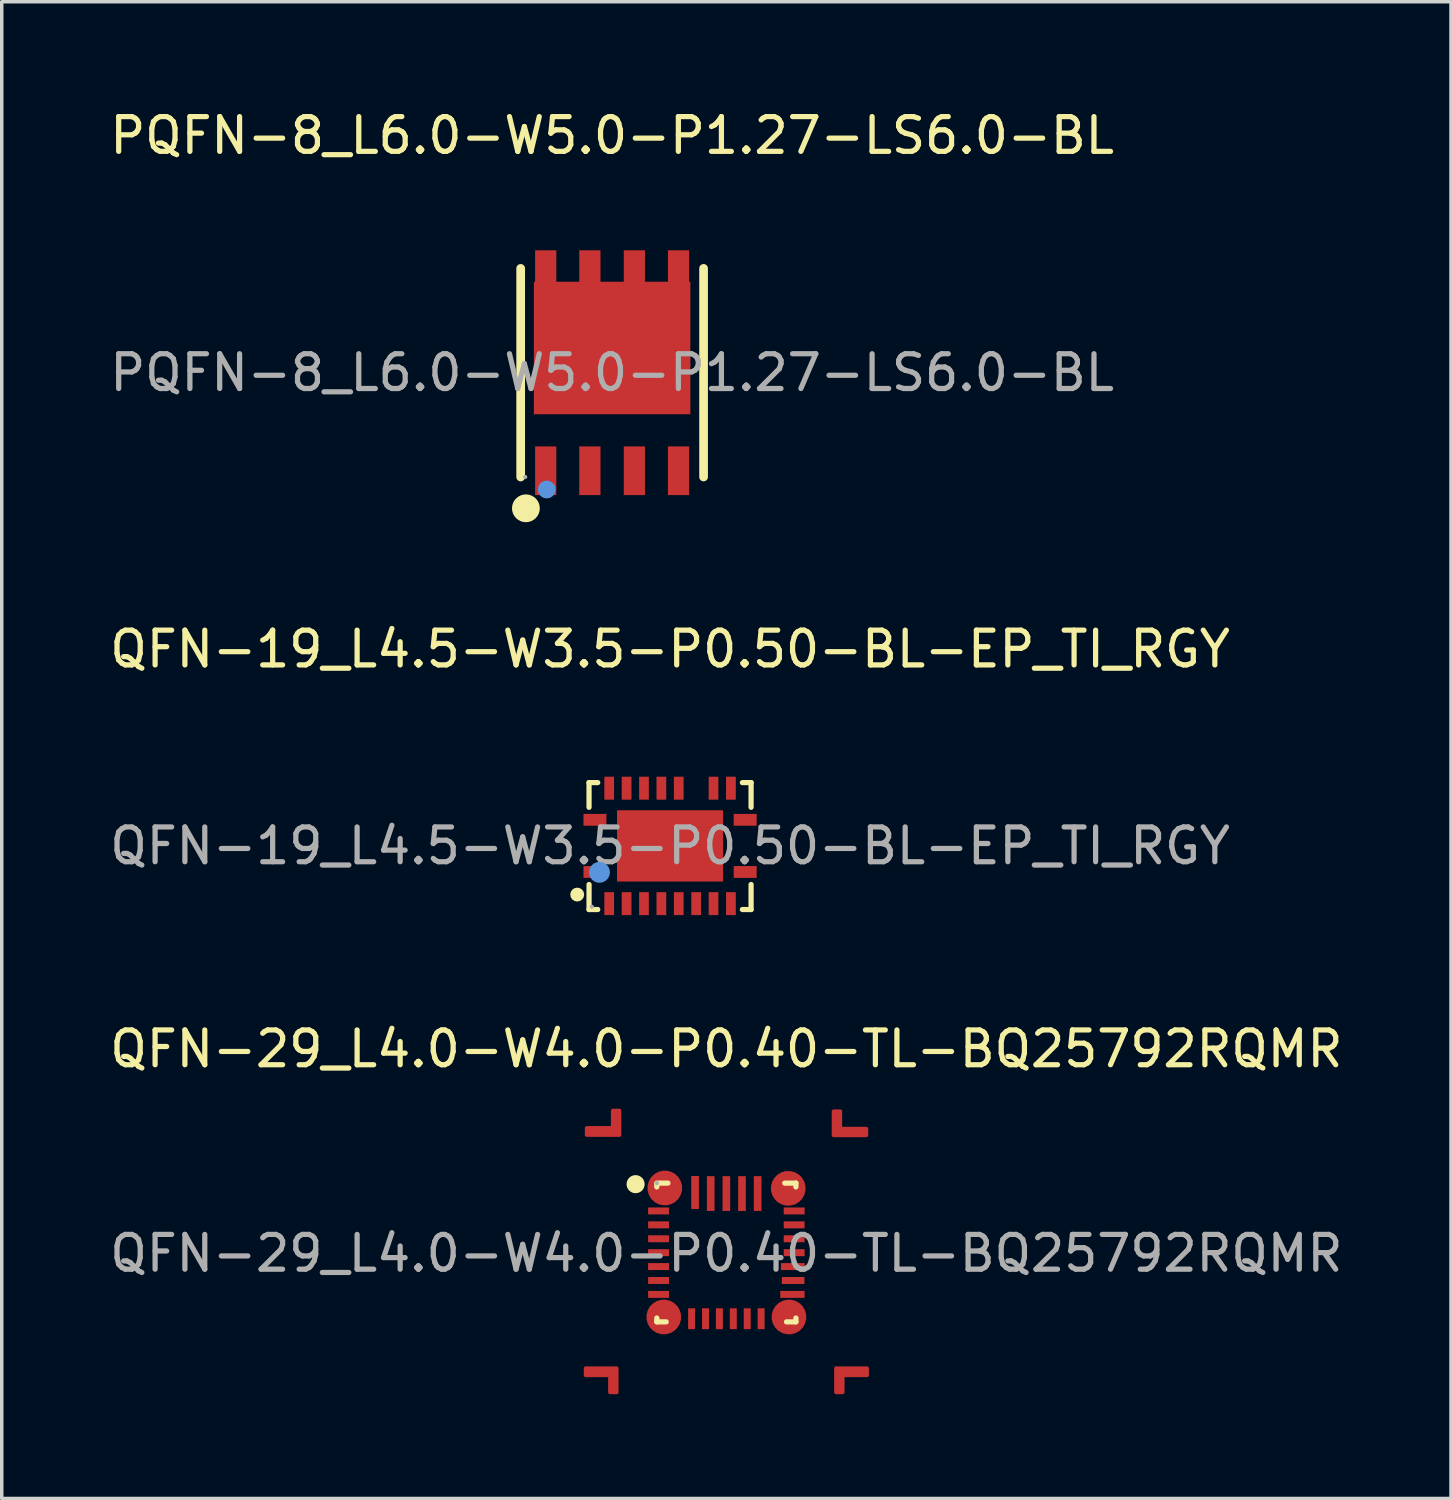
<source format=kicad_pcb>
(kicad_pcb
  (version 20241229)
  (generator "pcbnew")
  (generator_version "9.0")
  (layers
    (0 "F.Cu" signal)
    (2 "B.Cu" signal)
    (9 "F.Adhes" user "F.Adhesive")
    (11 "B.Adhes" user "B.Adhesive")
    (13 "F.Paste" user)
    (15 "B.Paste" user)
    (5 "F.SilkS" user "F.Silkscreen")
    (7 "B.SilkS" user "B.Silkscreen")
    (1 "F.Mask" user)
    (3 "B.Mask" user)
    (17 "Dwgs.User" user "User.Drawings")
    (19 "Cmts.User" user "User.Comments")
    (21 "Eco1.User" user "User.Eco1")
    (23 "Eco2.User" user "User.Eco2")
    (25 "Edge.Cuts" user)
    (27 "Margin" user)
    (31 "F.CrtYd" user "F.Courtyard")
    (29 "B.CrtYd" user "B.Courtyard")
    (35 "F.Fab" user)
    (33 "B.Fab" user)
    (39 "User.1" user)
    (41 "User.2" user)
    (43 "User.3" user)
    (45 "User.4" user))
  (footprint "QFN-29_L4.0-W4.0-P0.40-TL-BQ25792RQMR"
    (layer "F.Cu")
    (at 17.839 32.995)
    (property "Reference" "QFN-29_L4.0-W4.0-P0.40-TL-BQ25792RQMR" (at 0 -5.88 0) (layer "F.SilkS") (effects (font (size 1 1) (thickness 0.15))))
    (attr smd)
    (fp_line (start -2 -2.02) (end -1.68 -2.02) (stroke (width 0.15) (type solid)) (layer "F.SilkS"))
    (fp_line (start -2 -1.91) (end -2 -2) (stroke (width 0.15) (type solid)) (layer "F.SilkS"))
    (fp_line (start -2 1.97) (end -2 1.86) (stroke (width 0.15) (type solid)) (layer "F.SilkS"))
    (fp_line (start -1.73 1.97) (end -2 1.97) (stroke (width 0.15) (type solid)) (layer "F.SilkS"))
    (fp_line (start 1.68 -2.02) (end 2 -2.02) (stroke (width 0.15) (type solid)) (layer "F.SilkS"))
    (fp_line (start 2 -2.02) (end 2 -1.91) (stroke (width 0.15) (type solid)) (layer "F.SilkS"))
    (fp_line (start 2 1.86) (end 2 1.97) (stroke (width 0.15) (type solid)) (layer "F.SilkS"))
    (fp_line (start 2 1.97) (end 1.73 1.97) (stroke (width 0.15) (type solid)) (layer "F.SilkS"))
    (fp_circle (center -2.61 -1.99) (end -2.48 -1.99) (stroke (width 0.26) (type solid)) (fill no) (layer "F.SilkS"))
    (fp_circle (center -2 -2.02) (end -1.97 -2.02) (stroke (width 0.06) (type solid)) (fill no) (layer "F.Fab"))
    (fp_text user "${REFERENCE}" (at 0 0 0) (layer "F.Fab") (effects (font (size 1 1) (thickness 0.15))))
    (pad "1" smd custom (at -1.77 -1.88) (size 1 1) (layers "F.Cu" "F.Mask" "F.Paste") (options (anchor circle)) (primitives (gr_poly (pts (xy -1.3 -1.73) (xy -1.3 -2.23) (xy -1.5 -2.23) (xy -1.5 -1.73) (xy -2.25 -1.73) (xy -2.25 -1.52) (xy -1.3 -1.52) (xy -1.3 -1.73)) (width 0.1) (fill yes))))
    (pad "2" smd rect (at -1.95 -1.22) (size 0.6 0.2) (layers "F.Cu" "F.Mask" "F.Paste"))
    (pad "3" smd rect (at -1.95 -0.82) (size 0.6 0.2) (layers "F.Cu" "F.Mask" "F.Paste"))
    (pad "4" smd rect (at -1.95 -0.42) (size 0.6 0.2) (layers "F.Cu" "F.Mask" "F.Paste"))
    (pad "5" smd rect (at -1.95 -0.02) (size 0.6 0.2) (layers "F.Cu" "F.Mask" "F.Paste"))
    (pad "6" smd rect (at -1.95 0.38) (size 0.6 0.2) (layers "F.Cu" "F.Mask" "F.Paste"))
    (pad "7" smd rect (at -1.95 0.78) (size 0.6 0.2) (layers "F.Cu" "F.Mask" "F.Paste"))
    (pad "8" smd rect (at -1.95 1.18) (size 0.6 0.2) (layers "F.Cu" "F.Mask" "F.Paste"))
    (pad "9" smd custom (at -1.8 1.83) (size 1 1) (layers "F.Cu" "F.Mask" "F.Paste") (options (anchor circle)) (primitives (gr_poly (pts (xy -1.35 1.68) (xy -1.35 1.47) (xy -1.55 1.47) (xy -2.25 1.47) (xy -2.25 1.68) (xy -1.55 1.68) (xy -1.55 2.17) (xy -1.35 2.17) (xy -1.35 1.68)) (width 0.1) (fill yes))))
    (pad "10" smd rect (at -1 1.88) (size 0.2 0.6) (layers "F.Cu" "F.Mask" "F.Paste"))
    (pad "11" smd rect (at -0.6 1.88) (size 0.2 0.6) (layers "F.Cu" "F.Mask" "F.Paste"))
    (pad "12" smd rect (at -0.2 1.88) (size 0.2 0.6) (layers "F.Cu" "F.Mask" "F.Paste"))
    (pad "13" smd rect (at 0.2 1.88) (size 0.2 0.6) (layers "F.Cu" "F.Mask" "F.Paste"))
    (pad "14" smd rect (at 0.6 1.88) (size 0.2 0.6) (layers "F.Cu" "F.Mask" "F.Paste"))
    (pad "15" smd rect (at 1 1.88) (size 0.2 0.6) (layers "F.Cu" "F.Mask" "F.Paste"))
    (pad "16" smd custom (at 1.8 1.83) (size 1 1) (layers "F.Cu" "F.Mask" "F.Paste") (options (anchor circle)) (primitives (gr_poly (pts (xy 2.25 1.68) (xy 2.25 1.47) (xy 1.55 1.47) (xy 1.35 1.47) (xy 1.35 1.68) (xy 1.35 2.17) (xy 1.55 2.17) (xy 1.55 1.68) (xy 2.25 1.68)) (width 0.1) (fill yes))))
    (pad "17" smd rect (at 1.9 1.18) (size 0.7 0.2) (layers "F.Cu" "F.Mask" "F.Paste"))
    (pad "18" smd rect (at 1.92 0.78) (size 0.65 0.2) (layers "F.Cu" "F.Mask" "F.Paste"))
    (pad "19" smd rect (at 1.91 0.38) (size 0.68 0.2) (layers "F.Cu" "F.Mask" "F.Paste"))
    (pad "20" smd rect (at 1.95 -0.02) (size 0.6 0.2) (layers "F.Cu" "F.Mask" "F.Paste"))
    (pad "21" smd rect (at 1.95 -0.42) (size 0.6 0.2) (layers "F.Cu" "F.Mask" "F.Paste"))
    (pad "22" smd rect (at 1.95 -0.82) (size 0.6 0.2) (layers "F.Cu" "F.Mask" "F.Paste"))
    (pad "23" smd rect (at 1.95 -1.22) (size 0.6 0.2) (layers "F.Cu" "F.Mask" "F.Paste"))
    (pad "24" smd custom (at 1.78 -1.87) (size 1 1) (layers "F.Cu" "F.Mask" "F.Paste") (options (anchor circle)) (primitives (gr_poly (pts (xy 1.5 -1.72) (xy 1.5 -2.22) (xy 1.3 -2.22) (xy 1.3 -1.72) (xy 1.3 -1.52) (xy 2.25 -1.52) (xy 2.25 -1.72) (xy 1.5 -1.72)) (width 0.1) (fill yes))))
    (pad "25" smd rect (at 0.9 -1.72) (size 0.22 1) (layers "F.Cu" "F.Mask" "F.Paste"))
    (pad "26" smd rect (at 0.45 -1.72) (size 0.22 1) (layers "F.Cu" "F.Mask" "F.Paste"))
    (pad "27" smd rect (at 0 -1.72) (size 0.22 1) (layers "F.Cu" "F.Mask" "F.Paste"))
    (pad "28" smd rect (at -0.45 -1.72) (size 0.22 1) (layers "F.Cu" "F.Mask" "F.Paste"))
    (pad "29" smd rect (at -0.9 -1.75) (size 0.22 0.95) (layers "F.Cu" "F.Mask" "F.Paste")))
  (footprint "QFN-19_L4.5-W3.5-P0.50-BL-EP_TI_RGY"
    (layer "F.Cu")
    (at 16.22 21.277)
    (property "Reference" "QFN-19_L4.5-W3.5-P0.50-BL-EP_TI_RGY" (at 0 -5.66 0) (layer "F.SilkS") (effects (font (size 1 1) (thickness 0.15))))
    (attr smd)
    (fp_line (start -2.33 -1.82) (end -2.08 -1.82) (stroke (width 0.15) (type solid)) (layer "F.SilkS"))
    (fp_line (start -2.33 -1.11) (end -2.33 -1.82) (stroke (width 0.15) (type solid)) (layer "F.SilkS"))
    (fp_line (start -2.33 1.11) (end -2.33 1.83) (stroke (width 0.15) (type solid)) (layer "F.SilkS"))
    (fp_line (start -2.33 1.83) (end -2.08 1.83) (stroke (width 0.15) (type solid)) (layer "F.SilkS"))
    (fp_line (start 2.33 -1.82) (end 2.08 -1.82) (stroke (width 0.15) (type solid)) (layer "F.SilkS"))
    (fp_line (start 2.33 -1.11) (end 2.33 -1.82) (stroke (width 0.15) (type solid)) (layer "F.SilkS"))
    (fp_line (start 2.33 1.11) (end 2.33 1.83) (stroke (width 0.15) (type solid)) (layer "F.SilkS"))
    (fp_line (start 2.33 1.83) (end 2.08 1.83) (stroke (width 0.15) (type solid)) (layer "F.SilkS"))
    (fp_circle (center -2.67 1.4) (end -2.57 1.4) (stroke (width 0.2) (type solid)) (fill no) (layer "F.SilkS"))
    (fp_circle (center -2.03 0.76) (end -1.88 0.76) (stroke (width 0.3) (type solid)) (fill no) (layer "Cmts.User"))
    (fp_circle (center -2.25 1.75) (end -2.22 1.75) (stroke (width 0.06) (type solid)) (fill no) (layer "F.Fab"))
    (fp_text user "${REFERENCE}" (at 0 0 0) (layer "F.Fab") (effects (font (size 1 1) (thickness 0.15))))
    (pad "1" smd rect (at -2.16 0.75) (size 0.66 0.34) (layers "F.Cu" "F.Mask" "F.Paste"))
    (pad "2" smd rect (at -1.75 1.66) (size 0.28 0.66) (layers "F.Cu" "F.Mask" "F.Paste"))
    (pad "3" smd rect (at -1.25 1.66) (size 0.28 0.66) (layers "F.Cu" "F.Mask" "F.Paste"))
    (pad "4" smd rect (at -0.75 1.66) (size 0.28 0.66) (layers "F.Cu" "F.Mask" "F.Paste"))
    (pad "5" smd rect (at -0.25 1.66) (size 0.28 0.66) (layers "F.Cu" "F.Mask" "F.Paste"))
    (pad "6" smd rect (at 0.25 1.66) (size 0.28 0.66) (layers "F.Cu" "F.Mask" "F.Paste"))
    (pad "7" smd rect (at 0.75 1.66) (size 0.28 0.66) (layers "F.Cu" "F.Mask" "F.Paste"))
    (pad "8" smd rect (at 1.25 1.66) (size 0.28 0.66) (layers "F.Cu" "F.Mask" "F.Paste"))
    (pad "9" smd rect (at 1.75 1.66) (size 0.28 0.66) (layers "F.Cu" "F.Mask" "F.Paste"))
    (pad "10" smd rect (at 2.16 0.75) (size 0.66 0.34) (layers "F.Cu" "F.Mask" "F.Paste"))
    (pad "11" smd rect (at 2.16 -0.75) (size 0.66 0.34) (layers "F.Cu" "F.Mask" "F.Paste"))
    (pad "12" smd rect (at 1.75 -1.66) (size 0.28 0.66) (layers "F.Cu" "F.Mask" "F.Paste"))
    (pad "13" smd rect (at 1.25 -1.66) (size 0.28 0.66) (layers "F.Cu" "F.Mask" "F.Paste"))
    (pad "15" smd rect (at 0.25 -1.66) (size 0.28 0.66) (layers "F.Cu" "F.Mask" "F.Paste"))
    (pad "16" smd rect (at -0.25 -1.66) (size 0.28 0.66) (layers "F.Cu" "F.Mask" "F.Paste"))
    (pad "17" smd rect (at -0.75 -1.66) (size 0.28 0.66) (layers "F.Cu" "F.Mask" "F.Paste"))
    (pad "18" smd rect (at -1.25 -1.66) (size 0.28 0.66) (layers "F.Cu" "F.Mask" "F.Paste"))
    (pad "19" smd rect (at -1.75 -1.66) (size 0.28 0.66) (layers "F.Cu" "F.Mask" "F.Paste"))
    (pad "20" smd rect (at -2.16 -0.75) (size 0.66 0.34) (layers "F.Cu" "F.Mask" "F.Paste"))
    (pad "21" smd rect (at 0 0) (size 3.05 2.05) (layers "F.Cu" "F.Mask" "F.Paste")))
  (footprint "PQFN-8_L6.0-W5.0-P1.27-LS6.0-BL"
    (layer "F.Cu")
    (at 14.554 7.668)
    (property "Reference" "PQFN-8_L6.0-W5.0-P1.27-LS6.0-BL" (at 0 -6.82 0) (layer "F.SilkS") (effects (font (size 1 1) (thickness 0.15))))
    (attr smd)
    (fp_line (start -2.63 3) (end -2.63 -3) (stroke (width 0.25) (type solid)) (layer "F.SilkS"))
    (fp_line (start 2.63 3) (end 2.63 -3) (stroke (width 0.25) (type solid)) (layer "F.SilkS"))
    (fp_arc (start -2.48 3.9) (mid -2.48 3.9) (end -2.48 3.9) (stroke (width 0.4) (type solid)) (layer "F.SilkS"))
    (fp_circle (center -1.88 3.36) (end -1.75 3.36) (stroke (width 0.25) (type solid)) (fill no) (layer "Cmts.User"))
    (fp_circle (center -2.5 3) (end -2.47 3) (stroke (width 0.06) (type solid)) (fill no) (layer "F.Fab"))
    (fp_text user "${REFERENCE}" (at 0 0 0) (layer "F.Fab") (effects (font (size 1 1) (thickness 0.15))))
    (pad "1" smd rect (at -1.91 2.82) (size 0.61 1.4) (layers "F.Cu" "F.Mask" "F.Paste"))
    (pad "2" smd rect (at -0.64 2.82) (size 0.61 1.4) (layers "F.Cu" "F.Mask" "F.Paste"))
    (pad "3" smd rect (at 0.64 2.82) (size 0.61 1.4) (layers "F.Cu" "F.Mask" "F.Paste"))
    (pad "4" smd rect (at 1.91 2.82) (size 0.61 1.4) (layers "F.Cu" "F.Mask" "F.Paste"))
    (pad "5" smd rect (at 1.91 -2.82) (size 0.61 1.4) (layers "F.Cu" "F.Mask" "F.Paste"))
    (pad "6" smd rect (at 0.64 -2.82) (size 0.61 1.4) (layers "F.Cu" "F.Mask" "F.Paste"))
    (pad "7" smd rect (at -0.64 -2.82) (size 0.61 1.4) (layers "F.Cu" "F.Mask" "F.Paste"))
    (pad "8" smd rect (at -1.91 -2.82) (size 0.61 1.4) (layers "F.Cu" "F.Mask" "F.Paste"))
    (pad "9" smd rect (at 0 -0.71 90) (size 3.81 4.5) (layers "F.Cu" "F.Mask" "F.Paste")))
  (gr_rect
    (start -3 -3)
    (end 38.679 40.045)
    (stroke (width 0.1) (type default))
    (fill no)
    (layer "Edge.Cuts")))
</source>
